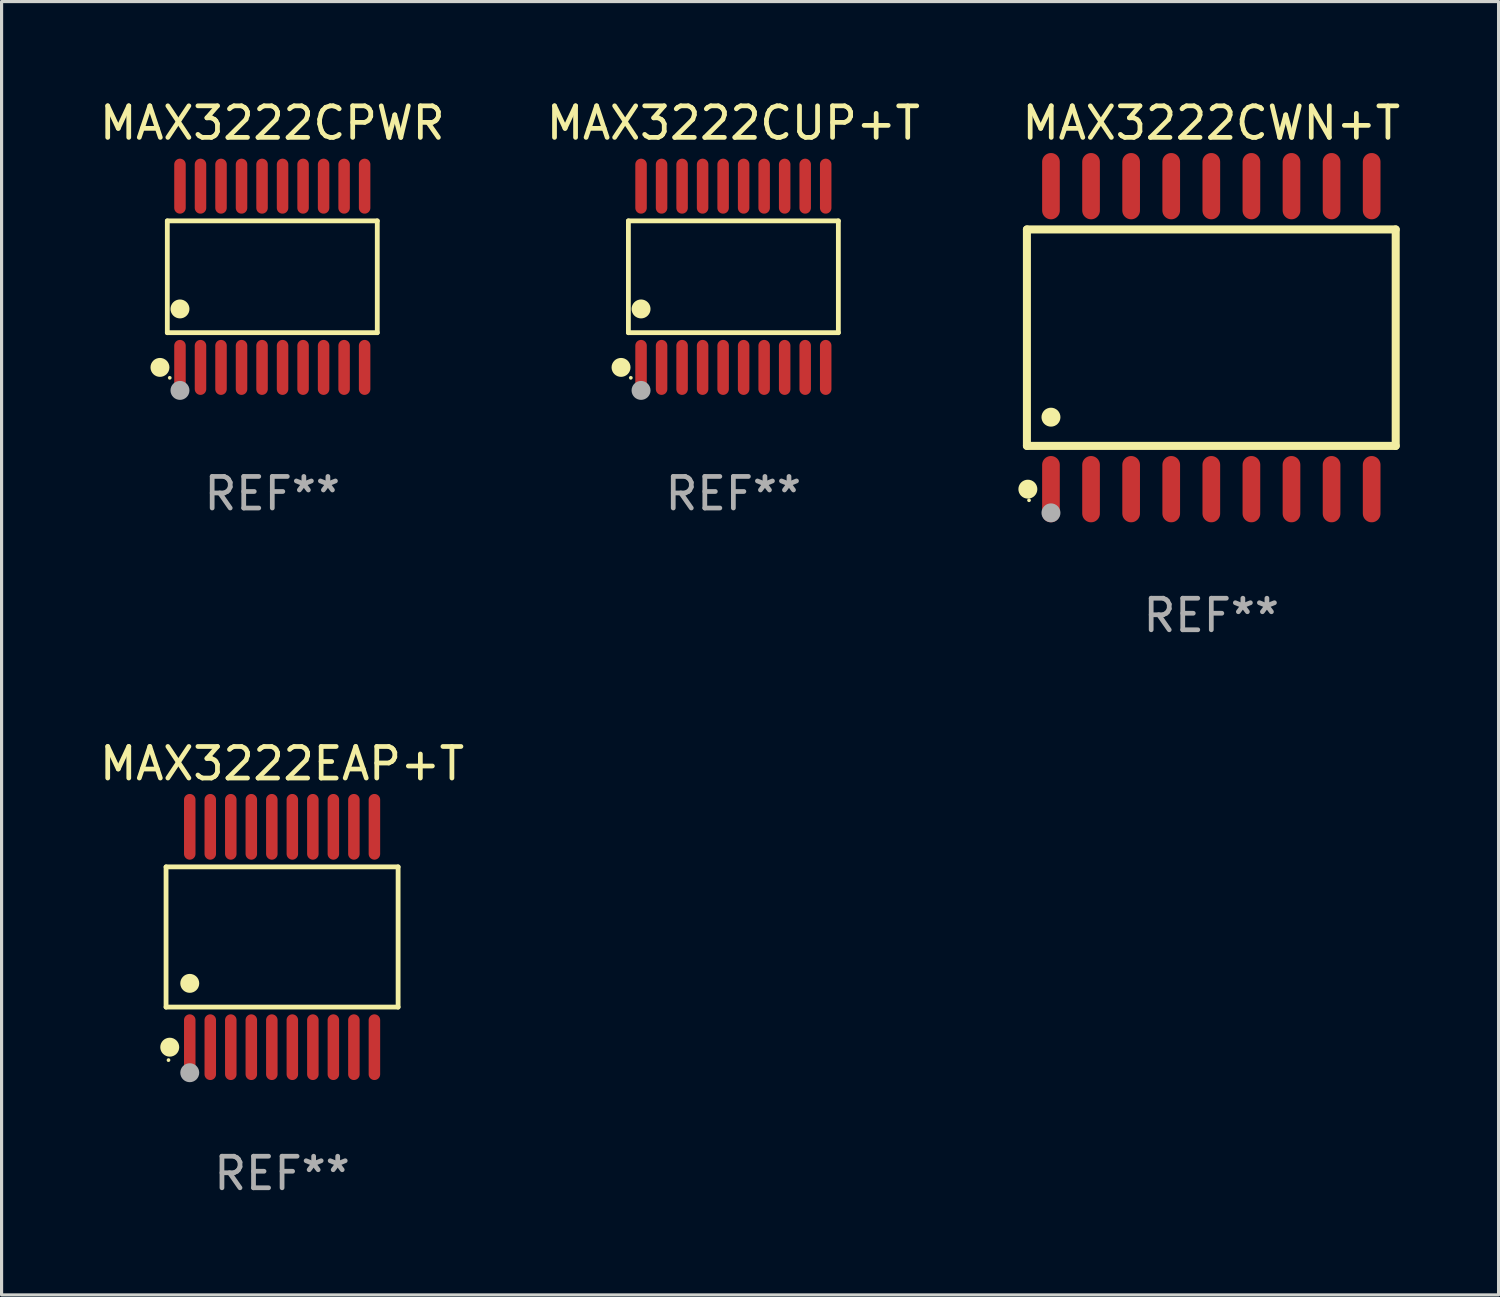
<source format=kicad_pcb>
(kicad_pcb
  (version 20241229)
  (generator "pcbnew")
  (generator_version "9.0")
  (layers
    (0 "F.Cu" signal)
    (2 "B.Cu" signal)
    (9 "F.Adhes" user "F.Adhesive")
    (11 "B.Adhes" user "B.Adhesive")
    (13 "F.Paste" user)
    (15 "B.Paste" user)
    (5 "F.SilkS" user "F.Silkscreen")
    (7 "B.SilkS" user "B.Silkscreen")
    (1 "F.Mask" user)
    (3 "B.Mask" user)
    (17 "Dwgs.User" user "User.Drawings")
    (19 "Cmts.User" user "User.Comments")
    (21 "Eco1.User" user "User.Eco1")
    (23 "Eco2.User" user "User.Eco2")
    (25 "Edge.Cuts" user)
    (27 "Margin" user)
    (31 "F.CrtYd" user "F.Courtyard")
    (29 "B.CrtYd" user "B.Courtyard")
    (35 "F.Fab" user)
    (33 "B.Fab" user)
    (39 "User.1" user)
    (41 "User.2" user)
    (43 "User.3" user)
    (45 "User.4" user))
  (footprint "MAX3222CPWR"
    (layer "F.Cu")
    (at 5.577 5.719)
    (property "Reference" "MAX3222CPWR" (at 0 -4.871 0) (layer "F.SilkS") (effects (font (size 1 1) (thickness 0.15))))
    (attr through_hole)
    (fp_line (start -3.326 -1.771) (end 3.326 -1.771) (stroke (width 0.152) (type solid)) (layer "F.SilkS"))
    (fp_line (start -3.326 1.771) (end -3.326 -1.771) (stroke (width 0.152) (type solid)) (layer "F.SilkS"))
    (fp_line (start 3.326 -1.771) (end 3.326 1.771) (stroke (width 0.152) (type solid)) (layer "F.SilkS"))
    (fp_line (start 3.326 1.771) (end -3.326 1.771) (stroke (width 0.152) (type solid)) (layer "F.SilkS"))
    (fp_circle (center -3.559 2.871) (end -3.409 2.871) (stroke (width 0.3) (type solid)) (fill no) (layer "F.SilkS"))
    (fp_circle (center -3.25 3.2) (end -3.22 3.2) (stroke (width 0.06) (type solid)) (fill no) (layer "F.SilkS"))
    (fp_circle (center -2.925 1.019) (end -2.775 1.019) (stroke (width 0.3) (type solid)) (fill no) (layer "F.SilkS"))
    (fp_circle (center -2.925 3.6) (end -2.775 3.6) (stroke (width 0.3) (type solid)) (fill no) (layer "F.Fab"))
    (fp_text user "REF**" (at 0 6.871 0) (layer "F.Fab") (effects (font (size 1 1) (thickness 0.15))))
    (pad "1" smd oval (at -2.925 2.871) (size 0.364 1.742) (layers "F.Cu" "F.Mask" "F.Paste"))
    (pad "2" smd oval (at -2.275 2.871) (size 0.364 1.742) (layers "F.Cu" "F.Mask" "F.Paste"))
    (pad "3" smd oval (at -1.625 2.871) (size 0.364 1.742) (layers "F.Cu" "F.Mask" "F.Paste"))
    (pad "4" smd oval (at -0.975 2.871) (size 0.364 1.742) (layers "F.Cu" "F.Mask" "F.Paste"))
    (pad "5" smd oval (at -0.325 2.871) (size 0.364 1.742) (layers "F.Cu" "F.Mask" "F.Paste"))
    (pad "6" smd oval (at 0.325 2.871) (size 0.364 1.742) (layers "F.Cu" "F.Mask" "F.Paste"))
    (pad "7" smd oval (at 0.975 2.871) (size 0.364 1.742) (layers "F.Cu" "F.Mask" "F.Paste"))
    (pad "8" smd oval (at 1.625 2.871) (size 0.364 1.742) (layers "F.Cu" "F.Mask" "F.Paste"))
    (pad "9" smd oval (at 2.275 2.871) (size 0.364 1.742) (layers "F.Cu" "F.Mask" "F.Paste"))
    (pad "10" smd oval (at 2.925 2.871) (size 0.364 1.742) (layers "F.Cu" "F.Mask" "F.Paste"))
    (pad "11" smd oval (at 2.925 -2.871) (size 0.364 1.742) (layers "F.Cu" "F.Mask" "F.Paste"))
    (pad "12" smd oval (at 2.275 -2.871) (size 0.364 1.742) (layers "F.Cu" "F.Mask" "F.Paste"))
    (pad "13" smd oval (at 1.625 -2.871) (size 0.364 1.742) (layers "F.Cu" "F.Mask" "F.Paste"))
    (pad "14" smd oval (at 0.975 -2.871) (size 0.364 1.742) (layers "F.Cu" "F.Mask" "F.Paste"))
    (pad "15" smd oval (at 0.325 -2.871) (size 0.364 1.742) (layers "F.Cu" "F.Mask" "F.Paste"))
    (pad "16" smd oval (at -0.325 -2.871) (size 0.364 1.742) (layers "F.Cu" "F.Mask" "F.Paste"))
    (pad "17" smd oval (at -0.975 -2.871) (size 0.364 1.742) (layers "F.Cu" "F.Mask" "F.Paste"))
    (pad "18" smd oval (at -1.625 -2.871) (size 0.364 1.742) (layers "F.Cu" "F.Mask" "F.Paste"))
    (pad "19" smd oval (at -2.275 -2.871) (size 0.364 1.742) (layers "F.Cu" "F.Mask" "F.Paste"))
    (pad "20" smd oval (at -2.925 -2.871) (size 0.364 1.742) (layers "F.Cu" "F.Mask" "F.Paste")))
  (footprint "MAX3222CWN+T"
    (layer "F.Cu")
    (at 35.327 7.648)
    (property "Reference" "MAX3222CWN+T" (at 0 -6.8 0) (layer "F.SilkS") (effects (font (size 1 1) (thickness 0.15))))
    (attr through_hole)
    (fp_line (start -5.842 -3.429) (end -5.842 3.429) (stroke (width 0.254) (type solid)) (layer "F.SilkS"))
    (fp_line (start -5.842 3.429) (end 5.842 3.429) (stroke (width 0.254) (type solid)) (layer "F.SilkS"))
    (fp_line (start 5.842 -3.429) (end -5.842 -3.429) (stroke (width 0.254) (type solid)) (layer "F.SilkS"))
    (fp_line (start 5.842 3.429) (end 5.842 -3.429) (stroke (width 0.254) (type solid)) (layer "F.SilkS"))
    (fp_circle (center -5.812 4.8) (end -5.662 4.8) (stroke (width 0.3) (type solid)) (fill no) (layer "F.SilkS"))
    (fp_circle (center -5.775 5.15) (end -5.745 5.15) (stroke (width 0.06) (type solid)) (fill no) (layer "F.SilkS"))
    (fp_circle (center -5.08 2.519) (end -4.93 2.519) (stroke (width 0.3) (type solid)) (fill no) (layer "F.SilkS"))
    (fp_circle (center -5.08 5.55) (end -4.93 5.55) (stroke (width 0.3) (type solid)) (fill no) (layer "F.Fab"))
    (fp_text user "REF**" (at 0 8.8 0) (layer "F.Fab") (effects (font (size 1 1) (thickness 0.15))))
    (pad "1" smd oval (at -5.08 4.8) (size 0.56 2.1) (layers "F.Cu" "F.Mask" "F.Paste"))
    (pad "2" smd oval (at -3.81 4.8) (size 0.56 2.1) (layers "F.Cu" "F.Mask" "F.Paste"))
    (pad "3" smd oval (at -2.54 4.8) (size 0.56 2.1) (layers "F.Cu" "F.Mask" "F.Paste"))
    (pad "4" smd oval (at -1.27 4.8) (size 0.56 2.1) (layers "F.Cu" "F.Mask" "F.Paste"))
    (pad "5" smd oval (at 0 4.8) (size 0.56 2.1) (layers "F.Cu" "F.Mask" "F.Paste"))
    (pad "6" smd oval (at 1.27 4.8) (size 0.56 2.1) (layers "F.Cu" "F.Mask" "F.Paste"))
    (pad "7" smd oval (at 2.54 4.8) (size 0.56 2.1) (layers "F.Cu" "F.Mask" "F.Paste"))
    (pad "8" smd oval (at 3.81 4.8) (size 0.56 2.1) (layers "F.Cu" "F.Mask" "F.Paste"))
    (pad "9" smd oval (at 5.08 4.8) (size 0.56 2.1) (layers "F.Cu" "F.Mask" "F.Paste"))
    (pad "10" smd oval (at 5.08 -4.8) (size 0.56 2.1) (layers "F.Cu" "F.Mask" "F.Paste"))
    (pad "11" smd oval (at 3.81 -4.8) (size 0.56 2.1) (layers "F.Cu" "F.Mask" "F.Paste"))
    (pad "12" smd oval (at 2.54 -4.8) (size 0.56 2.1) (layers "F.Cu" "F.Mask" "F.Paste"))
    (pad "13" smd oval (at 1.27 -4.8) (size 0.56 2.1) (layers "F.Cu" "F.Mask" "F.Paste"))
    (pad "14" smd oval (at 0 -4.8) (size 0.56 2.1) (layers "F.Cu" "F.Mask" "F.Paste"))
    (pad "15" smd oval (at -1.27 -4.8) (size 0.56 2.1) (layers "F.Cu" "F.Mask" "F.Paste"))
    (pad "16" smd oval (at -2.54 -4.8) (size 0.56 2.1) (layers "F.Cu" "F.Mask" "F.Paste"))
    (pad "17" smd oval (at -3.81 -4.8) (size 0.56 2.1) (layers "F.Cu" "F.Mask" "F.Paste"))
    (pad "18" smd oval (at -5.08 -4.8) (size 0.56 2.1) (layers "F.Cu" "F.Mask" "F.Paste")))
  (footprint "MAX3222CUP+T"
    (layer "F.Cu")
    (at 20.185 5.719)
    (property "Reference" "MAX3222CUP+T" (at 0 -4.871 0) (layer "F.SilkS") (effects (font (size 1 1) (thickness 0.15))))
    (attr through_hole)
    (fp_line (start -3.326 -1.771) (end 3.326 -1.771) (stroke (width 0.152) (type solid)) (layer "F.SilkS"))
    (fp_line (start -3.326 1.771) (end -3.326 -1.771) (stroke (width 0.152) (type solid)) (layer "F.SilkS"))
    (fp_line (start 3.326 -1.771) (end 3.326 1.771) (stroke (width 0.152) (type solid)) (layer "F.SilkS"))
    (fp_line (start 3.326 1.771) (end -3.326 1.771) (stroke (width 0.152) (type solid)) (layer "F.SilkS"))
    (fp_circle (center -3.559 2.871) (end -3.409 2.871) (stroke (width 0.3) (type solid)) (fill no) (layer "F.SilkS"))
    (fp_circle (center -3.25 3.2) (end -3.22 3.2) (stroke (width 0.06) (type solid)) (fill no) (layer "F.SilkS"))
    (fp_circle (center -2.925 1.019) (end -2.775 1.019) (stroke (width 0.3) (type solid)) (fill no) (layer "F.SilkS"))
    (fp_circle (center -2.925 3.6) (end -2.775 3.6) (stroke (width 0.3) (type solid)) (fill no) (layer "F.Fab"))
    (fp_text user "REF**" (at 0 6.871 0) (layer "F.Fab") (effects (font (size 1 1) (thickness 0.15))))
    (pad "1" smd oval (at -2.925 2.871) (size 0.364 1.742) (layers "F.Cu" "F.Mask" "F.Paste"))
    (pad "2" smd oval (at -2.275 2.871) (size 0.364 1.742) (layers "F.Cu" "F.Mask" "F.Paste"))
    (pad "3" smd oval (at -1.625 2.871) (size 0.364 1.742) (layers "F.Cu" "F.Mask" "F.Paste"))
    (pad "4" smd oval (at -0.975 2.871) (size 0.364 1.742) (layers "F.Cu" "F.Mask" "F.Paste"))
    (pad "5" smd oval (at -0.325 2.871) (size 0.364 1.742) (layers "F.Cu" "F.Mask" "F.Paste"))
    (pad "6" smd oval (at 0.325 2.871) (size 0.364 1.742) (layers "F.Cu" "F.Mask" "F.Paste"))
    (pad "7" smd oval (at 0.975 2.871) (size 0.364 1.742) (layers "F.Cu" "F.Mask" "F.Paste"))
    (pad "8" smd oval (at 1.625 2.871) (size 0.364 1.742) (layers "F.Cu" "F.Mask" "F.Paste"))
    (pad "9" smd oval (at 2.275 2.871) (size 0.364 1.742) (layers "F.Cu" "F.Mask" "F.Paste"))
    (pad "10" smd oval (at 2.925 2.871) (size 0.364 1.742) (layers "F.Cu" "F.Mask" "F.Paste"))
    (pad "11" smd oval (at 2.925 -2.871) (size 0.364 1.742) (layers "F.Cu" "F.Mask" "F.Paste"))
    (pad "12" smd oval (at 2.275 -2.871) (size 0.364 1.742) (layers "F.Cu" "F.Mask" "F.Paste"))
    (pad "13" smd oval (at 1.625 -2.871) (size 0.364 1.742) (layers "F.Cu" "F.Mask" "F.Paste"))
    (pad "14" smd oval (at 0.975 -2.871) (size 0.364 1.742) (layers "F.Cu" "F.Mask" "F.Paste"))
    (pad "15" smd oval (at 0.325 -2.871) (size 0.364 1.742) (layers "F.Cu" "F.Mask" "F.Paste"))
    (pad "16" smd oval (at -0.325 -2.871) (size 0.364 1.742) (layers "F.Cu" "F.Mask" "F.Paste"))
    (pad "17" smd oval (at -0.975 -2.871) (size 0.364 1.742) (layers "F.Cu" "F.Mask" "F.Paste"))
    (pad "18" smd oval (at -1.625 -2.871) (size 0.364 1.742) (layers "F.Cu" "F.Mask" "F.Paste"))
    (pad "19" smd oval (at -2.275 -2.871) (size 0.364 1.742) (layers "F.Cu" "F.Mask" "F.Paste"))
    (pad "20" smd oval (at -2.925 -2.871) (size 0.364 1.742) (layers "F.Cu" "F.Mask" "F.Paste")))
  (footprint "MAX3222EAP+T"
    (layer "F.Cu")
    (at 5.887 26.636)
    (property "Reference" "MAX3222EAP+T" (at 0 -5.491 0) (layer "F.SilkS") (effects (font (size 1 1) (thickness 0.15))))
    (attr through_hole)
    (fp_line (start -3.676 -2.221) (end 3.676 -2.221) (stroke (width 0.152) (type solid)) (layer "F.SilkS"))
    (fp_line (start -3.676 2.221) (end -3.676 -2.221) (stroke (width 0.152) (type solid)) (layer "F.SilkS"))
    (fp_line (start 3.676 -2.221) (end 3.676 2.221) (stroke (width 0.152) (type solid)) (layer "F.SilkS"))
    (fp_line (start 3.676 2.221) (end -3.676 2.221) (stroke (width 0.152) (type solid)) (layer "F.SilkS"))
    (fp_circle (center -3.6 3.9) (end -3.57 3.9) (stroke (width 0.06) (type solid)) (fill no) (layer "F.SilkS"))
    (fp_circle (center -3.559 3.491) (end -3.409 3.491) (stroke (width 0.3) (type solid)) (fill no) (layer "F.SilkS"))
    (fp_circle (center -2.925 1.469) (end -2.775 1.469) (stroke (width 0.3) (type solid)) (fill no) (layer "F.SilkS"))
    (fp_circle (center -2.925 4.3) (end -2.775 4.3) (stroke (width 0.3) (type solid)) (fill no) (layer "F.Fab"))
    (fp_text user "REF**" (at 0 7.491 0) (layer "F.Fab") (effects (font (size 1 1) (thickness 0.15))))
    (pad "1" smd oval (at -2.925 3.491) (size 0.364 2.082) (layers "F.Cu" "F.Mask" "F.Paste"))
    (pad "2" smd oval (at -2.275 3.491) (size 0.364 2.082) (layers "F.Cu" "F.Mask" "F.Paste"))
    (pad "3" smd oval (at -1.625 3.491) (size 0.364 2.082) (layers "F.Cu" "F.Mask" "F.Paste"))
    (pad "4" smd oval (at -0.975 3.491) (size 0.364 2.082) (layers "F.Cu" "F.Mask" "F.Paste"))
    (pad "5" smd oval (at -0.325 3.491) (size 0.364 2.082) (layers "F.Cu" "F.Mask" "F.Paste"))
    (pad "6" smd oval (at 0.325 3.491) (size 0.364 2.082) (layers "F.Cu" "F.Mask" "F.Paste"))
    (pad "7" smd oval (at 0.975 3.491) (size 0.364 2.082) (layers "F.Cu" "F.Mask" "F.Paste"))
    (pad "8" smd oval (at 1.625 3.491) (size 0.364 2.082) (layers "F.Cu" "F.Mask" "F.Paste"))
    (pad "9" smd oval (at 2.275 3.491) (size 0.364 2.082) (layers "F.Cu" "F.Mask" "F.Paste"))
    (pad "10" smd oval (at 2.925 3.491) (size 0.364 2.082) (layers "F.Cu" "F.Mask" "F.Paste"))
    (pad "11" smd oval (at 2.925 -3.491) (size 0.364 2.082) (layers "F.Cu" "F.Mask" "F.Paste"))
    (pad "12" smd oval (at 2.275 -3.491) (size 0.364 2.082) (layers "F.Cu" "F.Mask" "F.Paste"))
    (pad "13" smd oval (at 1.625 -3.491) (size 0.364 2.082) (layers "F.Cu" "F.Mask" "F.Paste"))
    (pad "14" smd oval (at 0.975 -3.491) (size 0.364 2.082) (layers "F.Cu" "F.Mask" "F.Paste"))
    (pad "15" smd oval (at 0.325 -3.491) (size 0.364 2.082) (layers "F.Cu" "F.Mask" "F.Paste"))
    (pad "16" smd oval (at -0.325 -3.491) (size 0.364 2.082) (layers "F.Cu" "F.Mask" "F.Paste"))
    (pad "17" smd oval (at -0.975 -3.491) (size 0.364 2.082) (layers "F.Cu" "F.Mask" "F.Paste"))
    (pad "18" smd oval (at -1.625 -3.491) (size 0.364 2.082) (layers "F.Cu" "F.Mask" "F.Paste"))
    (pad "19" smd oval (at -2.275 -3.491) (size 0.364 2.082) (layers "F.Cu" "F.Mask" "F.Paste"))
    (pad "20" smd oval (at -2.925 -3.491) (size 0.364 2.082) (layers "F.Cu" "F.Mask" "F.Paste")))
  (gr_rect
    (start -3 -3)
    (end 44.428 37.975)
    (stroke (width 0.1) (type default))
    (fill no)
    (layer "Edge.Cuts")))
</source>
